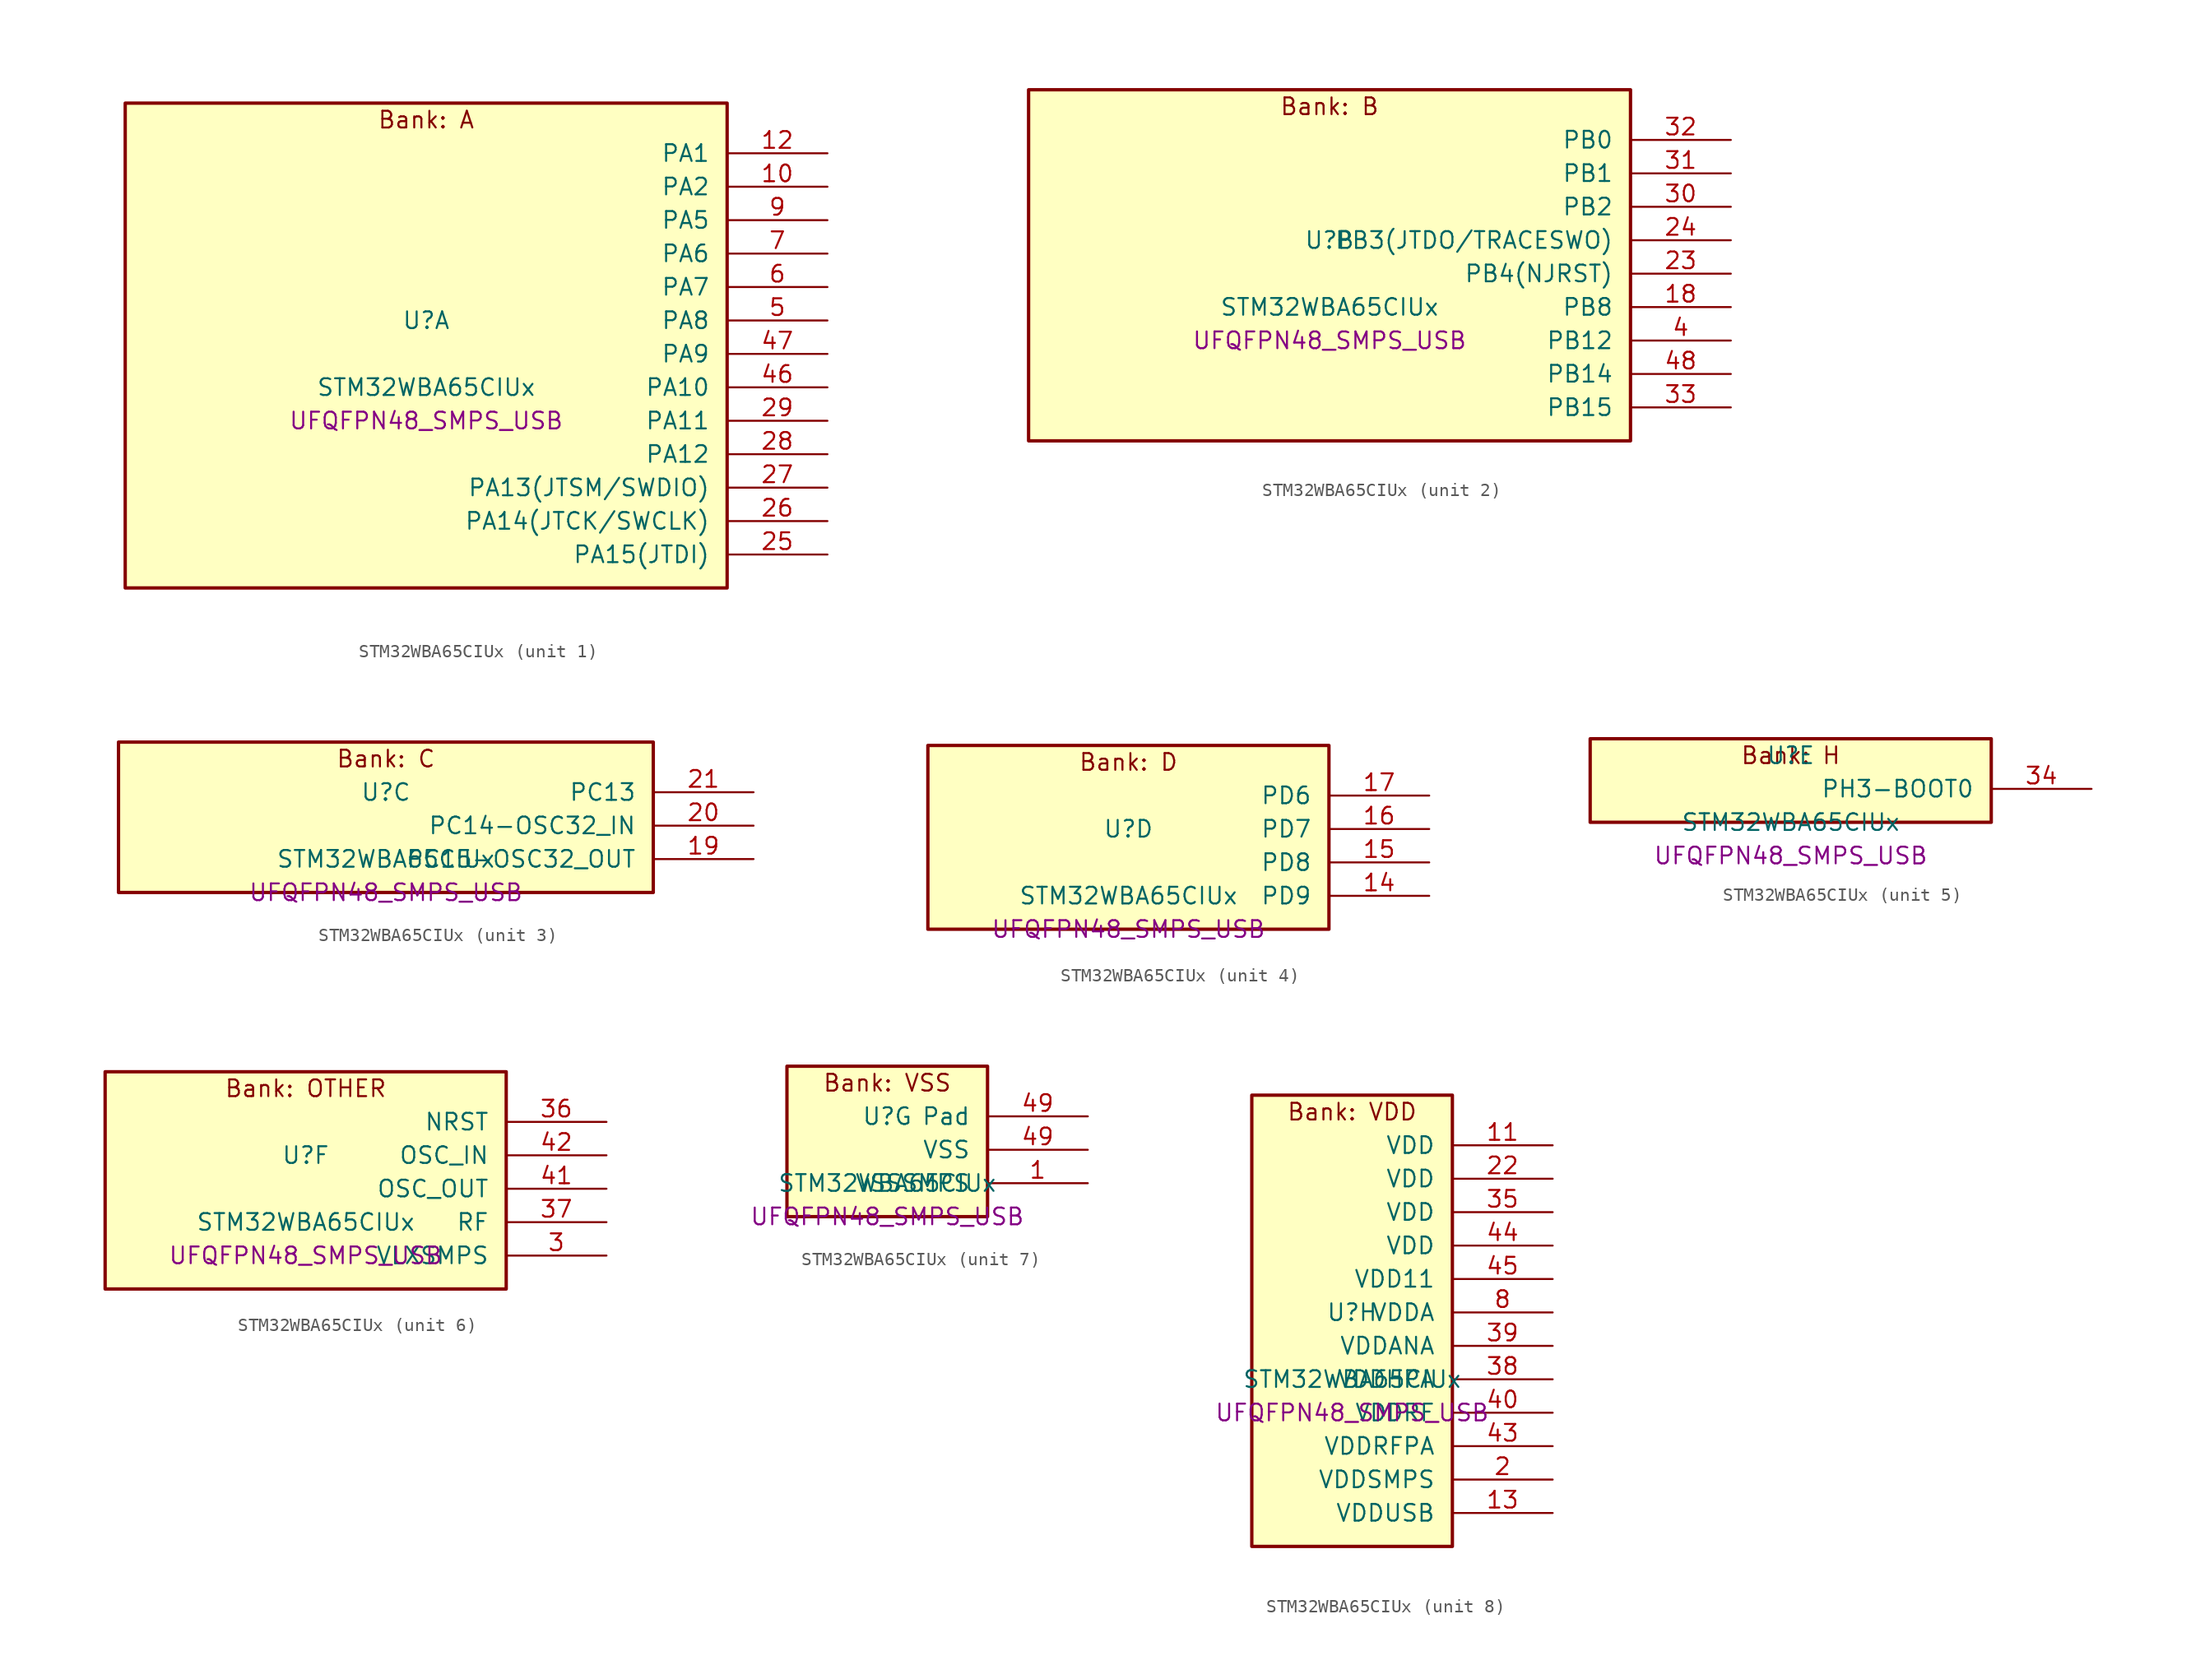
<source format=kicad_sym>
(kicad_symbol_lib
  (version 20241209)
  (generator "stm32_pkl_generator")
  (generator_version "1.0")
  (symbol "STM32WBA65CIUx"
    (pin_names
      (offset 1.27))
    (property "Reference" "U"
      (at 0 2.54 0))
    (property "Value" "STM32WBA65CIUx"
      (at 0 -2.54 0))
    (property "Footprint" "UFQFPN48_SMPS_USB"
      (at 0 -5.08 0))
    (symbol "STM32WBA65CIUx_1_1"
      (rectangle (start -22.86 19.05) (end 22.86 -17.78) (stroke (width 0.254) (type solid)) (fill (type background)))
      (text "Bank: A" (at 0 17.78 0))
      (pin bidirectional line (at 30.48 15.24 180) (length 7.62) (name "PA1") (number "12") (alternate "PA1/ADC4_IN8" bidirectional line) (alternate "PA1/COMP1_INM" bidirectional line) (alternate "PA1/LPTIM2_CH2" bidirectional line) (alternate "PA1/LPUART1_RX" bidirectional line) (alternate "PA1/PWR_WKUP3" bidirectional line) (alternate "PA1/SAI1_CK1" bidirectional line) (alternate "PA1/SPI1_RDY" bidirectional line) (alternate "PA1/SPI3_MISO" bidirectional line) (alternate "PA1/TIM17_CH1" bidirectional line) (alternate "PA1/TIM1_CH1N" bidirectional line) (alternate "PA1/TIM3_CH2" bidirectional line) (alternate "PA1/TSC_G2_IO1" bidirectional line) (alternate "PA1/USART1_CK" bidirectional line))
      (pin bidirectional line (at 30.48 12.7 180) (length 7.62) (name "PA2") (number "10") (alternate "PA2/ADC4_IN7" bidirectional line) (alternate "PA2/COMP1_INP" bidirectional line) (alternate "PA2/LPUART1_TX" bidirectional line) (alternate "PA2/PWR_WKUP4" bidirectional line) (alternate "PA2/RCC_LSCO" bidirectional line) (alternate "PA2/SAI1_D1" bidirectional line) (alternate "PA2/TIM16_CH1" bidirectional line) (alternate "PA2/TIM1_BKIN" bidirectional line) (alternate "PA2/TIM3_CH1" bidirectional line) (alternate "PA2/TSC_G4_IO4" bidirectional line) (alternate "PA2/USART1_DE" bidirectional line) (alternate "PA2/USART1_RTS" bidirectional line))
      (pin bidirectional line (at 30.48 10.16 180) (length 7.62) (name "PA5") (number "9") (alternate "PA5/ADC4_IN4" bidirectional line) (alternate "PA5/AUDIOCLK" bidirectional line) (alternate "PA5/LPTIM2_ETR" bidirectional line) (alternate "PA5/PWR_CSLEEP" bidirectional line) (alternate "PA5/PWR_WKUP6" bidirectional line) (alternate "PA5/SAI1_D2" bidirectional line) (alternate "PA5/SPI3_NSS" bidirectional line) (alternate "PA5/TIM2_CH1" bidirectional line) (alternate "PA5/TIM2_ETR" bidirectional line) (alternate "PA5/TSC_G1_IO4" bidirectional line) (alternate "PA5/USART1_CK" bidirectional line) (alternate "PA5/USART3_RX" bidirectional line))
      (pin bidirectional line (at 30.48 7.62 180) (length 7.62) (name "PA6") (number "7") (alternate "PA6/ADC4_IN3" bidirectional line) (alternate "PA6/I2C3_SCL" bidirectional line) (alternate "PA6/PWR_CSTOP" bidirectional line) (alternate "PA6/PWR_WKUP7" bidirectional line) (alternate "PA6/SAI1_CK2" bidirectional line) (alternate "PA6/SAI1_MCLK_A" bidirectional line) (alternate "PA6/SPI3_RDY" bidirectional line) (alternate "PA6/TIM2_CH4" bidirectional line) (alternate "PA6/TSC_G1_IO3" bidirectional line) (alternate "PA6/USART1_DE" bidirectional line) (alternate "PA6/USART1_RTS" bidirectional line) (alternate "PA6/USART3_CTS" bidirectional line))
      (pin bidirectional line (at 30.48 5.08 180) (length 7.62) (name "PA7") (number "6") (alternate "PA7/ADC4_IN2" bidirectional line) (alternate "PA7/COMP1_OUT" bidirectional line) (alternate "PA7/I2C3_SDA" bidirectional line) (alternate "PA7/PWR_WKUP8" bidirectional line) (alternate "PA7/SAI1_SCK_A" bidirectional line) (alternate "PA7/SPI3_SCK" bidirectional line) (alternate "PA7/TAMP_IN1" bidirectional line) (alternate "PA7/TAMP_OUT2" bidirectional line) (alternate "PA7/TIM2_CH3" bidirectional line) (alternate "PA7/TSC_G1_IO2" bidirectional line) (alternate "PA7/USART1_CTS" bidirectional line) (alternate "PA7/USART3_TX" bidirectional line))
      (pin bidirectional line (at 30.48 2.54 180) (length 7.62) (name "PA8") (number "5") (alternate "PA8/ADC4_IN1" bidirectional line) (alternate "PA8/LPTIM1_CH2" bidirectional line) (alternate "PA8/RCC_MCO" bidirectional line) (alternate "PA8/SAI1_FS_A" bidirectional line) (alternate "PA8/SPI3_RDY" bidirectional line) (alternate "PA8/TIM2_CH2" bidirectional line) (alternate "PA8/TSC_G1_IO1" bidirectional line) (alternate "PA8/USART1_RX" bidirectional line) (alternate "PA8/USB_OTG_HS_SOF" bidirectional line))
      (pin bidirectional line (at 30.48 0 180) (length 7.62) (name "PA9") (number "47") (alternate "PA9/LPUART1_DE" bidirectional line) (alternate "PA9/LPUART1_RTS" bidirectional line) (alternate "PA9/SAI1_CK1" bidirectional line) (alternate "PA9/TIM3_CH2" bidirectional line))
      (pin bidirectional line (at 30.48 -2.54 180) (length 7.62) (name "PA10") (number "46") (alternate "PA10/LPUART1_RX" bidirectional line) (alternate "PA10/SAI1_D1" bidirectional line) (alternate "PA10/TIM3_CH1" bidirectional line))
      (pin bidirectional line (at 30.48 -5.08 180) (length 7.62) (name "PA11") (number "29") (alternate "PA11/LPTIM2_CH1" bidirectional line) (alternate "PA11/RF_ANTSW1" bidirectional line) (alternate "PA11/TIM1_CH1" bidirectional line) (alternate "PA11/USART2_RX" bidirectional line))
      (pin bidirectional line (at 30.48 -7.62 180) (length 7.62) (name "PA12") (number "28") (alternate "PA12/PTA_STATUS" bidirectional line) (alternate "PA12/PWR_WKUP6" bidirectional line) (alternate "PA12/RF_ANTSW0" bidirectional line) (alternate "PA12/SPI1_NSS" bidirectional line) (alternate "PA12/TIM1_CH2" bidirectional line) (alternate "PA12/TSC_G3_IO4" bidirectional line) (alternate "PA12/USART2_TX" bidirectional line))
      (pin bidirectional line (at 30.48 -10.16 180) (length 7.62) (name "PA13(JTSM/SWDIO)") (number "27") (alternate "PA13(JTSM/SWDIO)/DEBUG_JTMS-SWDIO" bidirectional line) (alternate "PA13(JTSM/SWDIO)/PTA_PRIORITY" bidirectional line))
      (pin bidirectional line (at 30.48 -12.7 180) (length 7.62) (name "PA14(JTCK/SWCLK)") (number "26") (alternate "PA14(JTCK/SWCLK)/DEBUG_JTCK-SWCLK" bidirectional line) (alternate "PA14(JTCK/SWCLK)/PTA_STATUS" bidirectional line) (alternate "PA14(JTCK/SWCLK)/TAMP_IN3" bidirectional line) (alternate "PA14(JTCK/SWCLK)/TAMP_OUT6" bidirectional line) (alternate "PA14(JTCK/SWCLK)/USART2_TX" bidirectional line) (alternate "PA14(JTCK/SWCLK)/USB_OTG_HS_SOF" bidirectional line))
      (pin bidirectional line (at 30.48 -15.24 180) (length 7.62) (name "PA15(JTDI)") (number "25") (alternate "PA15(JTDI)/ADC4_EXTI15" bidirectional line) (alternate "PA15(JTDI)/DEBUG_JTDI" bidirectional line) (alternate "PA15(JTDI)/I2C1_SCL" bidirectional line) (alternate "PA15(JTDI)/LPTIM1_CH2" bidirectional line) (alternate "PA15(JTDI)/PTA_STATUS" bidirectional line) (alternate "PA15(JTDI)/SPI1_MOSI" bidirectional line) (alternate "PA15(JTDI)/TIM17_BKIN" bidirectional line) (alternate "PA15(JTDI)/TIM1_ETR" bidirectional line) (alternate "PA15(JTDI)/TSC_G3_IO3" bidirectional line) (alternate "PA15(JTDI)/USART2_DE" bidirectional line) (alternate "PA15(JTDI)/USART2_RTS" bidirectional line) (alternate "PA15(JTDI)/USART3_DE" bidirectional line) (alternate "PA15(JTDI)/USART3_RTS" bidirectional line)))
    (symbol "STM32WBA65CIUx_2_1"
      (rectangle (start -22.86 13.97) (end 22.86 -12.7) (stroke (width 0.254) (type solid)) (fill (type background)))
      (text "Bank: B" (at 0 12.7 0))
      (pin bidirectional line (at 30.48 10.16 180) (length 7.62) (name "PB0") (number "32") (alternate "PB0/LPTIM2_IN2" bidirectional line) (alternate "PB0/TIM1_CH3N" bidirectional line) (alternate "PB0/USART2_TX" bidirectional line) (alternate "PB0/USART3_CK" bidirectional line))
      (pin bidirectional line (at 30.48 7.62 180) (length 7.62) (name "PB1") (number "31") (alternate "PB1/I2C1_SDA" bidirectional line) (alternate "PB1/I2C3_SDA" bidirectional line) (alternate "PB1/PWR_WKUP4" bidirectional line) (alternate "PB1/TIM1_CH2N" bidirectional line) (alternate "PB1/USART2_DE" bidirectional line) (alternate "PB1/USART2_RTS" bidirectional line) (alternate "PB1/USART3_DE" bidirectional line) (alternate "PB1/USART3_RTS" bidirectional line))
      (pin bidirectional line (at 30.48 5.08 180) (length 7.62) (name "PB2") (number "30") (alternate "PB2/I2C1_SCL" bidirectional line) (alternate "PB2/I2C3_SCL" bidirectional line) (alternate "PB2/PWR_WKUP1" bidirectional line) (alternate "PB2/RF_ANTSW2" bidirectional line) (alternate "PB2/RTC_OUT2" bidirectional line) (alternate "PB2/TIM1_CH1N" bidirectional line) (alternate "PB2/USART2_CTS" bidirectional line))
      (pin bidirectional line (at 30.48 2.54 180) (length 7.62) (name "PB3(JTDO/TRACESWO)") (number "24") (alternate "PB3(JTDO/TRACESWO)/DEBUG_JTDO-SWO" bidirectional line) (alternate "PB3(JTDO/TRACESWO)/I2C1_SDA" bidirectional line) (alternate "PB3(JTDO/TRACESWO)/LPTIM1_IN2" bidirectional line) (alternate "PB3(JTDO/TRACESWO)/PTA_ACTIVE" bidirectional line) (alternate "PB3(JTDO/TRACESWO)/SPI1_MISO" bidirectional line) (alternate "PB3(JTDO/TRACESWO)/TIM17_CH1N" bidirectional line) (alternate "PB3(JTDO/TRACESWO)/TIM1_CH4" bidirectional line) (alternate "PB3(JTDO/TRACESWO)/TSC_G3_IO2" bidirectional line) (alternate "PB3(JTDO/TRACESWO)/USART2_CK" bidirectional line))
      (pin bidirectional line (at 30.48 0 180) (length 7.62) (name "PB4(NJRST)") (number "23") (alternate "PB4(NJRST)/DEBUG_NJTRST" bidirectional line) (alternate "PB4(NJRST)/LPTIM2_IN2" bidirectional line) (alternate "PB4(NJRST)/PTA_ACTIVE" bidirectional line) (alternate "PB4(NJRST)/PTA_PRIORITY" bidirectional line) (alternate "PB4(NJRST)/SAI1_MCLK_B" bidirectional line) (alternate "PB4(NJRST)/SPI1_SCK" bidirectional line) (alternate "PB4(NJRST)/TIM17_CH1" bidirectional line) (alternate "PB4(NJRST)/TIM1_CH3" bidirectional line) (alternate "PB4(NJRST)/TSC_G3_IO1" bidirectional line) (alternate "PB4(NJRST)/USART2_RX" bidirectional line))
      (pin bidirectional line (at 30.48 -2.54 180) (length 7.62) (name "PB8") (number "18") (alternate "PB8/COMP1_OUT" bidirectional line) (alternate "PB8/LPTIM1_ETR" bidirectional line) (alternate "PB8/PWR_PVD_IN" bidirectional line) (alternate "PB8/SPI3_MOSI" bidirectional line) (alternate "PB8/TIM16_CH1N" bidirectional line) (alternate "PB8/TIM1_CH1" bidirectional line) (alternate "PB8/TIM3_ETR" bidirectional line) (alternate "PB8/TIM4_CH3" bidirectional line) (alternate "PB8/TSC_G2_IO4" bidirectional line) (alternate "PB8/USART2_RX" bidirectional line))
      (pin bidirectional line (at 30.48 -5.08 180) (length 7.62) (name "PB12") (number "4") (alternate "PB12/SAI1_SD_A" bidirectional line) (alternate "PB12/SPI1_RDY" bidirectional line) (alternate "PB12/TIM2_CH1" bidirectional line) (alternate "PB12/TIM2_ETR" bidirectional line) (alternate "PB12/TIM3_ETR" bidirectional line) (alternate "PB12/TSC_SYNC" bidirectional line) (alternate "PB12/USART1_TX" bidirectional line) (alternate "PB12/USART3_CK" bidirectional line))
      (pin bidirectional line (at 30.48 -7.62 180) (length 7.62) (name "PB14") (number "48") (alternate "PB14/PWR_WKUP7" bidirectional line) (alternate "PB14/RTC_REFIN" bidirectional line) (alternate "PB14/SAI1_SD_A" bidirectional line) (alternate "PB14/TIM3_CH3" bidirectional line) (alternate "PB14/TSC_G6_IO1" bidirectional line) (alternate "PB14/USART1_TX" bidirectional line) (alternate "PB14/USART3_DE" bidirectional line) (alternate "PB14/USART3_RTS" bidirectional line))
      (pin bidirectional line (at 30.48 -10.16 180) (length 7.62) (name "PB15") (number "33") (alternate "PB15/ADC4_EXTI15" bidirectional line) (alternate "PB15/I2C1_SMBA" bidirectional line) (alternate "PB15/I2C3_SMBA" bidirectional line) (alternate "PB15/LPUART1_CTS" bidirectional line) (alternate "PB15/PTA_GRANT" bidirectional line) (alternate "PB15/RF_EXTPABYP" bidirectional line) (alternate "PB15/TIM16_BKIN" bidirectional line) (alternate "PB15/TIM1_BKIN2" bidirectional line) (alternate "PB15/USART2_CTS" bidirectional line)))
    (symbol "STM32WBA65CIUx_3_1"
      (rectangle (start -20.32 6.35) (end 20.32 -5.08) (stroke (width 0.254) (type solid)) (fill (type background)))
      (text "Bank: C" (at 0 5.08 0))
      (pin bidirectional line (at 27.94 2.54 180) (length 7.62) (name "PC13") (number "21") (alternate "PC13/PWR_WKUP2" bidirectional line) (alternate "PC13/RTC_OUT1" bidirectional line) (alternate "PC13/RTC_TS" bidirectional line) (alternate "PC13/TAMP_IN4" bidirectional line) (alternate "PC13/TAMP_OUT5" bidirectional line) (alternate "PC13/TIM1_BKIN2" bidirectional line) (alternate "PC13/TSC_G5_IO1" bidirectional line))
      (pin bidirectional line (at 27.94 0 180) (length 7.62) (name "PC14-OSC32_IN") (number "20") (alternate "PC14-OSC32_IN/RCC_OSC32_IN" bidirectional line))
      (pin bidirectional line (at 27.94 -2.54 180) (length 7.62) (name "PC15-OSC32_OUT") (number "19") (alternate "PC15-OSC32_OUT/ADC4_EXTI15" bidirectional line) (alternate "PC15-OSC32_OUT/RCC_OSC32_OUT" bidirectional line)))
    (symbol "STM32WBA65CIUx_4_1"
      (rectangle (start -15.24 8.89) (end 15.24 -5.08) (stroke (width 0.254) (type solid)) (fill (type background)))
      (text "Bank: D" (at 0 7.62 0))
      (pin bidirectional line (at 22.86 5.08 180) (length 7.62) (name "PD6") (number "17") (alternate "PD6/USB_OTG_HS_DP" bidirectional line))
      (pin bidirectional line (at 22.86 2.54 180) (length 7.62) (name "PD7") (number "16") (alternate "PD7/USB_OTG_HS_DM" bidirectional line))
      (pin bidirectional line (at 22.86 0 180) (length 7.62) (name "PD8") (number "15") (alternate "PD8/USART2_CK" bidirectional line) (alternate "PD8/USB_OTG_HS_ID" bidirectional line))
      (pin bidirectional line (at 22.86 -2.54 180) (length 7.62) (name "PD9") (number "14") (alternate "PD9/USART2_TX" bidirectional line) (alternate "PD9/USART3_TX" bidirectional line) (alternate "PD9/USB_OTG_HS_VBUS" bidirectional line)))
    (symbol "STM32WBA65CIUx_5_1"
      (rectangle (start -15.24 3.81) (end 15.24 -2.54) (stroke (width 0.254) (type solid)) (fill (type background)))
      (text "Bank: H" (at 0 2.54 0))
      (pin bidirectional line (at 22.86 0 180) (length 7.62) (name "PH3-BOOT0") (number "34") (alternate "PH3-BOOT0/PTA_GRANT" bidirectional line) (alternate "PH3-BOOT0/RF_EXTPABYP" bidirectional line) (alternate "PH3-BOOT0/TAMP_IN2" bidirectional line) (alternate "PH3-BOOT0/TAMP_OUT1" bidirectional line)))
    (symbol "STM32WBA65CIUx_6_1"
      (rectangle (start -15.24 8.89) (end 15.24 -7.62) (stroke (width 0.254) (type solid)) (fill (type background)))
      (text "Bank: OTHER" (at 0 7.62 0))
      (pin input line (at 22.86 5.08 180) (length 7.62) (name "NRST") (number "36"))
      (pin bidirectional line (at 22.86 2.54 180) (length 7.62) (name "OSC_IN") (number "42") (alternate "OSC_IN/RCC_OSC_IN" bidirectional line))
      (pin bidirectional line (at 22.86 0 180) (length 7.62) (name "OSC_OUT") (number "41") (alternate "OSC_OUT/RCC_OSC_OUT" bidirectional line))
      (pin bidirectional line (at 22.86 -2.54 180) (length 7.62) (name "RF") (number "37"))
      (pin power_in line (at 22.86 -5.08 180) (length 7.62) (name "VLXSMPS") (number "3")))
    (symbol "STM32WBA65CIUx_7_1"
      (rectangle (start -7.62 6.35) (end 7.62 -5.08) (stroke (width 0.254) (type solid)) (fill (type background)))
      (text "Bank: VSS" (at 0 5.08 0))
      (pin passive line (at 15.24 2.54 180) (length 7.62) (name "Pad") (number "49"))
      (pin power_in line (at 15.24 0 180) (length 7.62) (name "VSS") (number "49"))
      (pin power_in line (at 15.24 -2.54 180) (length 7.62) (name "VSSSMPS") (number "1")))
    (symbol "STM32WBA65CIUx_8_1"
      (rectangle (start -7.62 19.05) (end 7.62 -15.24) (stroke (width 0.254) (type solid)) (fill (type background)))
      (text "Bank: VDD" (at 0 17.78 0))
      (pin power_in line (at 15.24 15.24 180) (length 7.62) (name "VDD") (number "11"))
      (pin power_in line (at 15.24 12.7 180) (length 7.62) (name "VDD") (number "22"))
      (pin power_in line (at 15.24 10.16 180) (length 7.62) (name "VDD") (number "35"))
      (pin power_in line (at 15.24 7.62 180) (length 7.62) (name "VDD") (number "44"))
      (pin power_in line (at 15.24 5.08 180) (length 7.62) (name "VDD11") (number "45"))
      (pin power_in line (at 15.24 2.54 180) (length 7.62) (name "VDDA") (number "8"))
      (pin power_in line (at 15.24 0 180) (length 7.62) (name "VDDANA") (number "39"))
      (pin power_in line (at 15.24 -2.54 180) (length 7.62) (name "VDDHPA") (number "38"))
      (pin power_in line (at 15.24 -5.08 180) (length 7.62) (name "VDDRF") (number "40"))
      (pin power_in line (at 15.24 -7.62 180) (length 7.62) (name "VDDRFPA") (number "43"))
      (pin power_in line (at 15.24 -10.16 180) (length 7.62) (name "VDDSMPS") (number "2"))
      (pin power_in line (at 15.24 -12.7 180) (length 7.62) (name "VDDUSB") (number "13")))))
</source>
